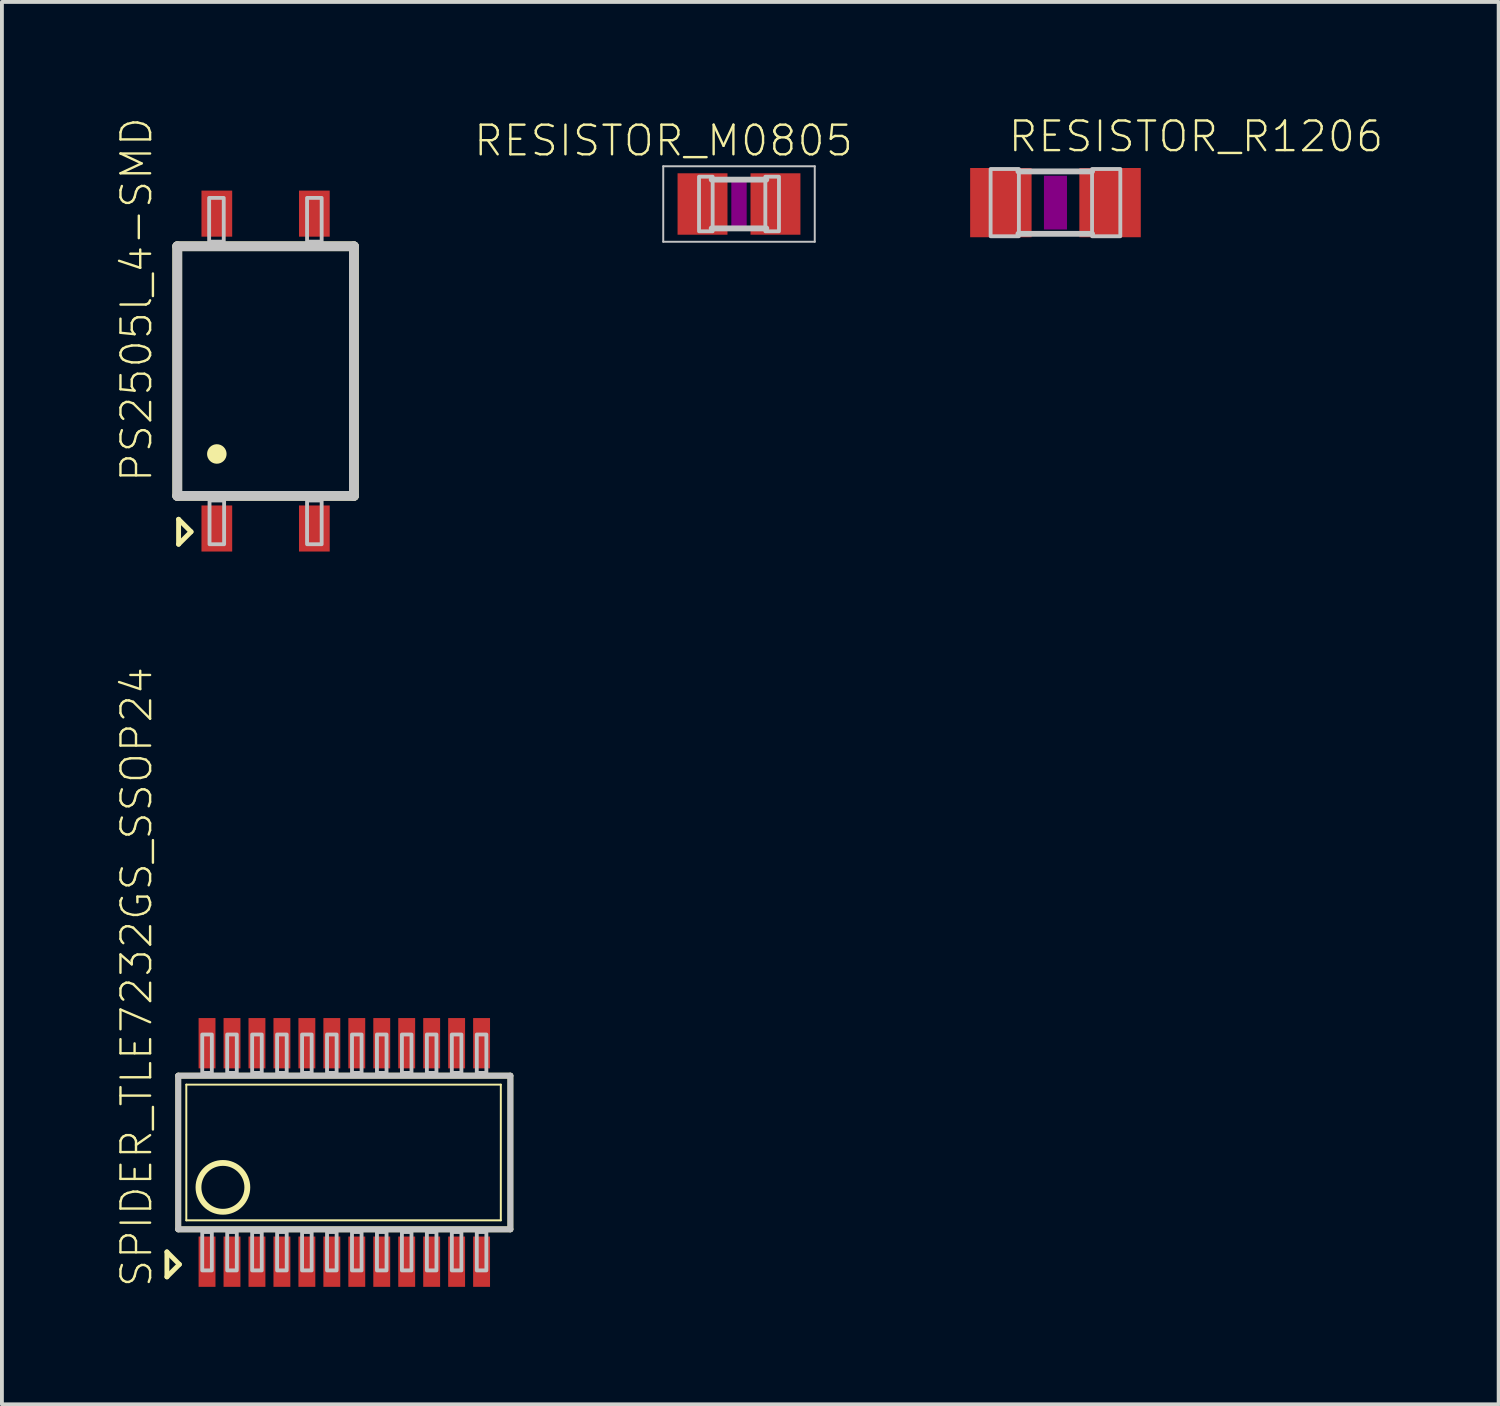
<source format=kicad_pcb>
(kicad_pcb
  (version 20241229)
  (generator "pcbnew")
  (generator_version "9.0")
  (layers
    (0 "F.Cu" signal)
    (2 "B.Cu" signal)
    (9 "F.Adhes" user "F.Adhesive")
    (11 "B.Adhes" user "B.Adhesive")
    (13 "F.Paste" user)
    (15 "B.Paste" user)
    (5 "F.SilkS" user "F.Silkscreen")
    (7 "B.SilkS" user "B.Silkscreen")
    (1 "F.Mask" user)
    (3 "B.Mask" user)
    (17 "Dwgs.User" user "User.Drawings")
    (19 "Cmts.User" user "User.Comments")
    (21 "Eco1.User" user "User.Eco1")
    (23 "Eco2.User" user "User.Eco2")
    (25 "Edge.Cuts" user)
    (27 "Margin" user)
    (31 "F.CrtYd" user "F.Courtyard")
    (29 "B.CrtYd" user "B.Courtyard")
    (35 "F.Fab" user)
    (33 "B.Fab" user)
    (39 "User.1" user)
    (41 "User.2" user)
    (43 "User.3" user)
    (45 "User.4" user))
  (footprint "RESISTOR_M0805"
    (layer "F.Cu")
    (at 16.196 2.263)
    (property "Reference" "RESISTOR_M0805" (at 3.02 -2.1 180) (layer "F.SilkS") (effects (font (size 0.772 0.772) (thickness 0.062)) (justify right top)))
    (attr through_hole)
    (fp_poly (pts (xy -0.2 0.6) (xy 0.2 0.6) (xy 0.2 -0.6) (xy -0.2 -0.6)) (stroke (width 0) (type solid)) (fill yes) (layer "F.Adhes"))
    (fp_line (start -1.973 -0.983) (end 1.973 -0.983) (stroke (width 0.051) (type solid)) (layer "Dwgs.User"))
    (fp_line (start -1.973 0.983) (end -1.973 -0.983) (stroke (width 0.051) (type solid)) (layer "Dwgs.User"))
    (fp_line (start 0.711 -0.635) (end -0.711 -0.635) (stroke (width 0.152) (type solid)) (layer "Dwgs.User"))
    (fp_line (start 0.711 0.635) (end -0.711 0.635) (stroke (width 0.152) (type solid)) (layer "Dwgs.User"))
    (fp_line (start 1.973 -0.983) (end 1.973 0.983) (stroke (width 0.051) (type solid)) (layer "Dwgs.User"))
    (fp_line (start 1.973 0.983) (end -1.973 0.983) (stroke (width 0.051) (type solid)) (layer "Dwgs.User"))
    (fp_poly (pts (xy -1.041 0.711) (xy -0.686 0.711) (xy -0.686 -0.711) (xy -1.041 -0.711)) (stroke (width 0.1) (type solid)) (fill no) (layer "Dwgs.User"))
    (fp_poly (pts (xy 0.686 0.711) (xy 1.041 0.711) (xy 1.041 -0.711) (xy 0.686 -0.711)) (stroke (width 0.1) (type solid)) (fill no) (layer "Dwgs.User"))
    (pad "1" smd rect (at -0.95 0 180) (size 1.3 1.6) (layers "F.Cu" "F.Mask" "F.Paste"))
    (pad "2" smd rect (at 0.95 0 180) (size 1.3 1.6) (layers "F.Cu" "F.Mask" "F.Paste")))
  (footprint "SPIDER_TLE7232GS_SSOP24"
    (layer "F.Cu")
    (at 5.917 26.964)
    (property "Reference" "SPIDER_TLE7232GS_SSOP24" (at -4.96 3.56 270) (layer "F.SilkS") (effects (font (size 0.772 0.772) (thickness 0.062)) (justify left bottom)))
    (attr through_hole)
    (fp_line (start -4.62 2.59) (end -4.62 3.24) (stroke (width 0.127) (type solid)) (layer "F.SilkS"))
    (fp_line (start -4.62 3.24) (end -4.295 2.915) (stroke (width 0.127) (type solid)) (layer "F.SilkS"))
    (fp_line (start -4.325 2.002) (end -4.325 -2) (stroke (width 0.152) (type solid)) (layer "F.SilkS"))
    (fp_line (start -4.325 2.002) (end 4.325 2.002) (stroke (width 0.152) (type solid)) (layer "F.SilkS"))
    (fp_line (start -4.295 2.915) (end -4.62 2.59) (stroke (width 0.127) (type solid)) (layer "F.SilkS"))
    (fp_line (start -4.115 1.768) (end -4.115 -1.766) (stroke (width 0.051) (type solid)) (layer "F.SilkS"))
    (fp_line (start -4.115 1.768) (end 4.076 1.768) (stroke (width 0.051) (type solid)) (layer "F.SilkS"))
    (fp_line (start 4.076 -1.766) (end -4.115 -1.766) (stroke (width 0.051) (type solid)) (layer "F.SilkS"))
    (fp_line (start 4.076 -1.766) (end 4.076 1.768) (stroke (width 0.051) (type solid)) (layer "F.SilkS"))
    (fp_line (start 4.325 -2) (end -4.325 -2) (stroke (width 0.152) (type solid)) (layer "F.SilkS"))
    (fp_line (start 4.325 -2) (end 4.325 2.002) (stroke (width 0.152) (type solid)) (layer "F.SilkS"))
    (fp_circle (center -3.162 0.909) (end -2.526 0.909) (stroke (width 0.152) (type solid)) (fill no) (layer "F.SilkS"))
    (fp_line (start -4.325 2.002) (end -4.325 -2) (stroke (width 0.152) (type solid)) (layer "Dwgs.User"))
    (fp_line (start -4.325 2.002) (end 4.325 2.002) (stroke (width 0.152) (type solid)) (layer "Dwgs.User"))
    (fp_line (start 4.325 -2) (end -4.325 -2) (stroke (width 0.152) (type solid)) (layer "Dwgs.User"))
    (fp_line (start 4.325 -2) (end 4.325 2.002) (stroke (width 0.152) (type solid)) (layer "Dwgs.User"))
    (fp_poly (pts (xy -3.7 -2.072) (xy -3.45 -2.072) (xy -3.45 -3.072) (xy -3.7 -3.072)) (stroke (width 0.1) (type solid)) (fill no) (layer "Dwgs.User"))
    (fp_poly (pts (xy -3.7 3.072) (xy -3.45 3.072) (xy -3.45 2.072) (xy -3.7 2.072)) (stroke (width 0.1) (type solid)) (fill no) (layer "Dwgs.User"))
    (fp_poly (pts (xy -3.05 -2.072) (xy -2.8 -2.072) (xy -2.8 -3.072) (xy -3.05 -3.072)) (stroke (width 0.1) (type solid)) (fill no) (layer "Dwgs.User"))
    (fp_poly (pts (xy -3.05 3.072) (xy -2.8 3.072) (xy -2.8 2.072) (xy -3.05 2.072)) (stroke (width 0.1) (type solid)) (fill no) (layer "Dwgs.User"))
    (fp_poly (pts (xy -2.4 -2.072) (xy -2.15 -2.072) (xy -2.15 -3.072) (xy -2.4 -3.072)) (stroke (width 0.1) (type solid)) (fill no) (layer "Dwgs.User"))
    (fp_poly (pts (xy -2.4 3.072) (xy -2.15 3.072) (xy -2.15 2.072) (xy -2.4 2.072)) (stroke (width 0.1) (type solid)) (fill no) (layer "Dwgs.User"))
    (fp_poly (pts (xy -1.75 -2.072) (xy -1.5 -2.072) (xy -1.5 -3.072) (xy -1.75 -3.072)) (stroke (width 0.1) (type solid)) (fill no) (layer "Dwgs.User"))
    (fp_poly (pts (xy -1.75 3.072) (xy -1.5 3.072) (xy -1.5 2.072) (xy -1.75 2.072)) (stroke (width 0.1) (type solid)) (fill no) (layer "Dwgs.User"))
    (fp_poly (pts (xy -1.1 -2.072) (xy -0.85 -2.072) (xy -0.85 -3.072) (xy -1.1 -3.072)) (stroke (width 0.1) (type solid)) (fill no) (layer "Dwgs.User"))
    (fp_poly (pts (xy -1.1 3.072) (xy -0.85 3.072) (xy -0.85 2.072) (xy -1.1 2.072)) (stroke (width 0.1) (type solid)) (fill no) (layer "Dwgs.User"))
    (fp_poly (pts (xy -0.45 -2.072) (xy -0.2 -2.072) (xy -0.2 -3.072) (xy -0.45 -3.072)) (stroke (width 0.1) (type solid)) (fill no) (layer "Dwgs.User"))
    (fp_poly (pts (xy -0.45 3.072) (xy -0.2 3.072) (xy -0.2 2.072) (xy -0.45 2.072)) (stroke (width 0.1) (type solid)) (fill no) (layer "Dwgs.User"))
    (fp_poly (pts (xy 0.2 -2.072) (xy 0.45 -2.072) (xy 0.45 -3.072) (xy 0.2 -3.072)) (stroke (width 0.1) (type solid)) (fill no) (layer "Dwgs.User"))
    (fp_poly (pts (xy 0.2 3.072) (xy 0.45 3.072) (xy 0.45 2.072) (xy 0.2 2.072)) (stroke (width 0.1) (type solid)) (fill no) (layer "Dwgs.User"))
    (fp_poly (pts (xy 0.85 -2.072) (xy 1.1 -2.072) (xy 1.1 -3.072) (xy 0.85 -3.072)) (stroke (width 0.1) (type solid)) (fill no) (layer "Dwgs.User"))
    (fp_poly (pts (xy 0.85 3.072) (xy 1.1 3.072) (xy 1.1 2.072) (xy 0.85 2.072)) (stroke (width 0.1) (type solid)) (fill no) (layer "Dwgs.User"))
    (fp_poly (pts (xy 1.5 -2.072) (xy 1.75 -2.072) (xy 1.75 -3.072) (xy 1.5 -3.072)) (stroke (width 0.1) (type solid)) (fill no) (layer "Dwgs.User"))
    (fp_poly (pts (xy 1.5 3.072) (xy 1.75 3.072) (xy 1.75 2.072) (xy 1.5 2.072)) (stroke (width 0.1) (type solid)) (fill no) (layer "Dwgs.User"))
    (fp_poly (pts (xy 2.15 -2.072) (xy 2.4 -2.072) (xy 2.4 -3.072) (xy 2.15 -3.072)) (stroke (width 0.1) (type solid)) (fill no) (layer "Dwgs.User"))
    (fp_poly (pts (xy 2.15 3.072) (xy 2.4 3.072) (xy 2.4 2.072) (xy 2.15 2.072)) (stroke (width 0.1) (type solid)) (fill no) (layer "Dwgs.User"))
    (fp_poly (pts (xy 2.8 -2.072) (xy 3.05 -2.072) (xy 3.05 -3.072) (xy 2.8 -3.072)) (stroke (width 0.1) (type solid)) (fill no) (layer "Dwgs.User"))
    (fp_poly (pts (xy 2.8 3.072) (xy 3.05 3.072) (xy 3.05 2.072) (xy 2.8 2.072)) (stroke (width 0.1) (type solid)) (fill no) (layer "Dwgs.User"))
    (fp_poly (pts (xy 3.45 -2.072) (xy 3.7 -2.072) (xy 3.7 -3.072) (xy 3.45 -3.072)) (stroke (width 0.1) (type solid)) (fill no) (layer "Dwgs.User"))
    (fp_poly (pts (xy 3.45 3.072) (xy 3.7 3.072) (xy 3.7 2.072) (xy 3.45 2.072)) (stroke (width 0.1) (type solid)) (fill no) (layer "Dwgs.User"))
    (pad "1" smd rect (at -3.575 2.845 180) (size 0.44 1.31) (layers "F.Cu" "F.Mask" "F.Paste"))
    (pad "2" smd rect (at -2.925 2.845 180) (size 0.44 1.31) (layers "F.Cu" "F.Mask" "F.Paste"))
    (pad "3" smd rect (at -2.275 2.845 180) (size 0.44 1.31) (layers "F.Cu" "F.Mask" "F.Paste"))
    (pad "4" smd rect (at -1.625 2.845 180) (size 0.44 1.31) (layers "F.Cu" "F.Mask" "F.Paste"))
    (pad "5" smd rect (at -0.975 2.845 180) (size 0.44 1.31) (layers "F.Cu" "F.Mask" "F.Paste"))
    (pad "6" smd rect (at -0.325 2.845 180) (size 0.44 1.31) (layers "F.Cu" "F.Mask" "F.Paste"))
    (pad "7" smd rect (at 0.325 2.845 180) (size 0.44 1.31) (layers "F.Cu" "F.Mask" "F.Paste"))
    (pad "8" smd rect (at 0.975 2.845 180) (size 0.44 1.31) (layers "F.Cu" "F.Mask" "F.Paste"))
    (pad "9" smd rect (at 1.625 2.845 180) (size 0.44 1.31) (layers "F.Cu" "F.Mask" "F.Paste"))
    (pad "10" smd rect (at 2.275 2.845 180) (size 0.44 1.31) (layers "F.Cu" "F.Mask" "F.Paste"))
    (pad "11" smd rect (at 2.925 2.845 180) (size 0.44 1.31) (layers "F.Cu" "F.Mask" "F.Paste"))
    (pad "12" smd rect (at 3.575 2.845 180) (size 0.44 1.31) (layers "F.Cu" "F.Mask" "F.Paste"))
    (pad "13" smd rect (at 3.575 -2.845) (size 0.44 1.31) (layers "F.Cu" "F.Mask" "F.Paste"))
    (pad "14" smd rect (at 2.925 -2.845) (size 0.44 1.31) (layers "F.Cu" "F.Mask" "F.Paste"))
    (pad "15" smd rect (at 2.275 -2.845) (size 0.44 1.31) (layers "F.Cu" "F.Mask" "F.Paste"))
    (pad "16" smd rect (at 1.625 -2.845) (size 0.44 1.31) (layers "F.Cu" "F.Mask" "F.Paste"))
    (pad "17" smd rect (at 0.975 -2.845) (size 0.44 1.31) (layers "F.Cu" "F.Mask" "F.Paste"))
    (pad "18" smd rect (at 0.325 -2.845) (size 0.44 1.31) (layers "F.Cu" "F.Mask" "F.Paste"))
    (pad "19" smd rect (at -0.325 -2.845) (size 0.44 1.31) (layers "F.Cu" "F.Mask" "F.Paste"))
    (pad "20" smd rect (at -0.975 -2.845) (size 0.44 1.31) (layers "F.Cu" "F.Mask" "F.Paste"))
    (pad "21" smd rect (at -1.625 -2.845) (size 0.44 1.31) (layers "F.Cu" "F.Mask" "F.Paste"))
    (pad "22" smd rect (at -2.275 -2.845) (size 0.44 1.31) (layers "F.Cu" "F.Mask" "F.Paste"))
    (pad "23" smd rect (at -2.925 -2.845) (size 0.44 1.31) (layers "F.Cu" "F.Mask" "F.Paste"))
    (pad "24" smd rect (at -3.575 -2.845) (size 0.44 1.31) (layers "F.Cu" "F.Mask" "F.Paste")))
  (footprint "PS2505l_4-SMD"
    (layer "F.Cu")
    (at 3.867 6.614)
    (property "Reference" "PS2505l_4-SMD" (at -2.91 2.94 90) (layer "F.SilkS") (effects (font (size 0.772 0.772) (thickness 0.062)) (justify left bottom)))
    (attr through_hole)
    (fp_line (start -2.3 -3.25) (end 2.3 -3.25) (stroke (width 0.254) (type solid)) (layer "F.SilkS"))
    (fp_line (start -2.3 3.25) (end -2.3 -3.25) (stroke (width 0.254) (type solid)) (layer "F.SilkS"))
    (fp_line (start -2.266 3.86) (end -2.266 4.51) (stroke (width 0.127) (type solid)) (layer "F.SilkS"))
    (fp_line (start -2.266 4.51) (end -1.941 4.185) (stroke (width 0.127) (type solid)) (layer "F.SilkS"))
    (fp_line (start -1.941 4.185) (end -2.266 3.86) (stroke (width 0.127) (type solid)) (layer "F.SilkS"))
    (fp_line (start 2.3 -3.25) (end 2.3 3.25) (stroke (width 0.254) (type solid)) (layer "F.SilkS"))
    (fp_line (start 2.3 3.25) (end -2.3 3.25) (stroke (width 0.254) (type solid)) (layer "F.SilkS"))
    (fp_circle (center -1.27 2.159) (end -1.016 2.159) (stroke (width 0) (type solid)) (fill yes) (layer "F.SilkS"))
    (fp_line (start -2.3 -3.25) (end 2.3 -3.25) (stroke (width 0.254) (type solid)) (layer "Dwgs.User"))
    (fp_line (start -2.3 3.25) (end -2.3 -3.25) (stroke (width 0.254) (type solid)) (layer "Dwgs.User"))
    (fp_line (start 2.3 -3.25) (end 2.3 3.25) (stroke (width 0.254) (type solid)) (layer "Dwgs.User"))
    (fp_line (start 2.3 3.25) (end -2.3 3.25) (stroke (width 0.254) (type solid)) (layer "Dwgs.User"))
    (fp_poly (pts (xy -1.47 -3.37) (xy -1.09 -3.37) (xy -1.09 -4.51) (xy -1.47 -4.51)) (stroke (width 0.1) (type solid)) (fill no) (layer "Dwgs.User"))
    (fp_poly (pts (xy -1.46 4.51) (xy -1.08 4.51) (xy -1.08 3.37) (xy -1.46 3.37)) (stroke (width 0.1) (type solid)) (fill no) (layer "Dwgs.User"))
    (fp_poly (pts (xy 1.08 -3.37) (xy 1.46 -3.37) (xy 1.46 -4.51) (xy 1.08 -4.51)) (stroke (width 0.1) (type solid)) (fill no) (layer "Dwgs.User"))
    (fp_poly (pts (xy 1.08 4.51) (xy 1.46 4.51) (xy 1.46 3.37) (xy 1.08 3.37)) (stroke (width 0.1) (type solid)) (fill no) (layer "Dwgs.User"))
    (pad "1" smd rect (at -1.27 4.1) (size 0.8 1.2) (layers "F.Cu" "F.Mask" "F.Paste"))
    (pad "2" smd rect (at 1.27 4.1) (size 0.8 1.2) (layers "F.Cu" "F.Mask" "F.Paste"))
    (pad "3" smd rect (at 1.27 -4.1) (size 0.8 1.2) (layers "F.Cu" "F.Mask" "F.Paste"))
    (pad "4" smd rect (at -1.27 -4.1) (size 0.8 1.2) (layers "F.Cu" "F.Mask" "F.Paste")))
  (footprint "RESISTOR_R1206"
    (layer "F.Cu")
    (at 24.438 2.227)
    (property "Reference" "RESISTOR_R1206" (at -1.27 -1.27 0) (layer "F.SilkS") (effects (font (size 0.772 0.772) (thickness 0.062)) (justify left bottom)))
    (attr through_hole)
    (fp_poly (pts (xy -0.3 0.7) (xy 0.3 0.7) (xy 0.3 -0.7) (xy -0.3 -0.7)) (stroke (width 0) (type solid)) (fill yes) (layer "F.Adhes"))
    (fp_line (start 0.953 -0.813) (end -0.965 -0.813) (stroke (width 0.152) (type solid)) (layer "Dwgs.User"))
    (fp_line (start 0.953 0.813) (end -0.965 0.813) (stroke (width 0.152) (type solid)) (layer "Dwgs.User"))
    (fp_poly (pts (xy -1.689 0.876) (xy -0.953 0.876) (xy -0.953 -0.876) (xy -1.689 -0.876)) (stroke (width 0.1) (type solid)) (fill no) (layer "Dwgs.User"))
    (fp_poly (pts (xy 0.953 0.876) (xy 1.689 0.876) (xy 1.689 -0.876) (xy 0.953 -0.876)) (stroke (width 0.1) (type solid)) (fill no) (layer "Dwgs.User"))
    (pad "1" smd rect (at -1.422 0) (size 1.6 1.803) (layers "F.Cu" "F.Mask" "F.Paste"))
    (pad "2" smd rect (at 1.422 0) (size 1.6 1.803) (layers "F.Cu" "F.Mask" "F.Paste")))
  (gr_rect
    (start -3 -3)
    (end 35.98 33.524)
    (stroke (width 0.1) (type default))
    (fill no)
    (layer "Edge.Cuts")))
</source>
